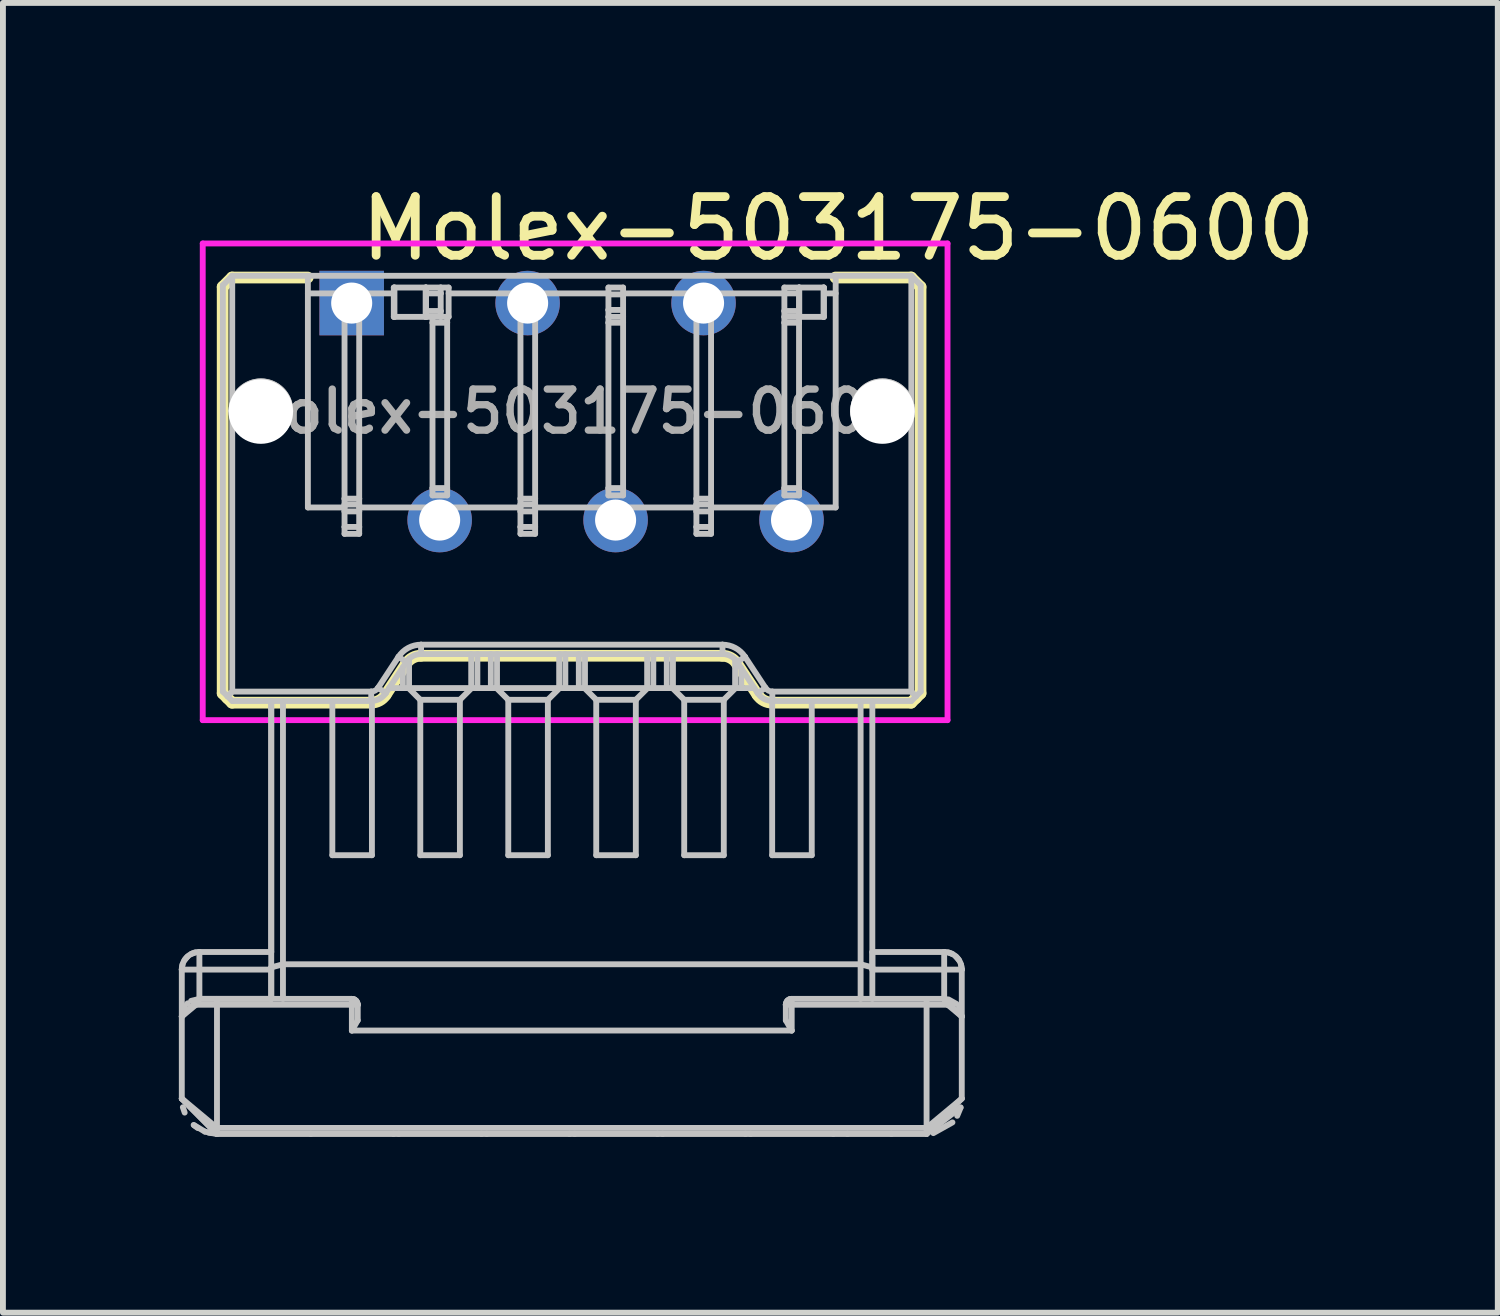
<source format=kicad_pcb>
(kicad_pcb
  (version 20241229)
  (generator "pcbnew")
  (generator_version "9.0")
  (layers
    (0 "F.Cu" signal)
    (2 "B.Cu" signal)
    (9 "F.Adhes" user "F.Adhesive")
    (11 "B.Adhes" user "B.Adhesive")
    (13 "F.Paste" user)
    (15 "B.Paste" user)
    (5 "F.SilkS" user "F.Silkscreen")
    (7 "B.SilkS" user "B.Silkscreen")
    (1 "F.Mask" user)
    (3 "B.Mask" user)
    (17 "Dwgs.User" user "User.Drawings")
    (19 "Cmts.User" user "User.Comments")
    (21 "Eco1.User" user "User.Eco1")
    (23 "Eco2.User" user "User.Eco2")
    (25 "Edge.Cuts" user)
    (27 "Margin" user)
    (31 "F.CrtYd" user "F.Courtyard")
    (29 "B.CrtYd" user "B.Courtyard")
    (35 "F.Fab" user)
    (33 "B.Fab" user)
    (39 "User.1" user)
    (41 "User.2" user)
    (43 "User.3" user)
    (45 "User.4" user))
  (footprint "Molex-503175-0600"
    (layer "F.Cu")
    (at 6.697 3.968)
    (property "Reference" "Molex-503175-0600" (at 4.548 -3.12 0) (layer "F.SilkS") (effects (font (size 1 1) (thickness 0.15))))
    (attr through_hole)
    (fp_line (start -5.95 -2.126) (end -5.95 4.804) (stroke (width 0.2) (type solid)) (layer "F.SilkS"))
    (fp_line (start -5.95 4.804) (end -5.87 4.884) (stroke (width 0.2) (type solid)) (layer "F.SilkS"))
    (fp_line (start -5.87 4.884) (end -5.79 4.964) (stroke (width 0.2) (type solid)) (layer "F.SilkS"))
    (fp_line (start -5.79 -2.286) (end -5.95 -2.126) (stroke (width 0.2) (type solid)) (layer "F.SilkS"))
    (fp_line (start -5.79 -2.286) (end -4.5 -2.286) (stroke (width 0.2) (type solid)) (layer "F.SilkS"))
    (fp_line (start -5.79 4.964) (end -3.42 4.964) (stroke (width 0.2) (type solid)) (layer "F.SilkS"))
    (fp_line (start -3.17 4.829) (end -2.821 4.299) (stroke (width 0.2) (type solid)) (layer "F.SilkS"))
    (fp_line (start -2.57 4.164) (end 2.57 4.164) (stroke (width 0.2) (type solid)) (layer "F.SilkS"))
    (fp_line (start -1.15 4.164) (end -1.15 4.164) (stroke (width 0.1) (type solid)) (layer "F.SilkS"))
    (fp_line (start 1.15 4.164) (end 1.15 4.164) (stroke (width 0.1) (type solid)) (layer "F.SilkS"))
    (fp_line (start 2.82 4.299) (end 3.169 4.829) (stroke (width 0.2) (type solid)) (layer "F.SilkS"))
    (fp_line (start 3.42 4.964) (end 5.79 4.964) (stroke (width 0.2) (type solid)) (layer "F.SilkS"))
    (fp_line (start 4.5 -2.286) (end 5.79 -2.286) (stroke (width 0.2) (type solid)) (layer "F.SilkS"))
    (fp_line (start 5.79 -2.286) (end 5.95 -2.126) (stroke (width 0.2) (type solid)) (layer "F.SilkS"))
    (fp_line (start 5.87 4.884) (end 5.79 4.964) (stroke (width 0.2) (type solid)) (layer "F.SilkS"))
    (fp_line (start 5.87 4.884) (end 5.95 4.804) (stroke (width 0.2) (type solid)) (layer "F.SilkS"))
    (fp_line (start 5.95 4.804) (end 5.95 -2.126) (stroke (width 0.2) (type solid)) (layer "F.SilkS"))
    (fp_arc (start -3.169832 4.828567) (mid -3.277986 4.927647) (end -3.420186 4.96361) (stroke (width 0.2) (type solid)) (layer "F.SilkS"))
    (fp_arc (start -2.820988 4.298653) (mid -2.712834 4.199573) (end -2.570634 4.16361) (stroke (width 0.2) (type solid)) (layer "F.SilkS"))
    (fp_arc (start 2.56959 4.16361) (mid 2.711816 4.199467) (end 2.820044 4.298466) (stroke (width 0.2) (type solid)) (layer "F.SilkS"))
    (fp_arc (start 3.41959 4.96361) (mid 3.277364 4.927753) (end 3.169136 4.828754) (stroke (width 0.2) (type solid)) (layer "F.SilkS"))
    (fp_line (start -6.647 10.315) (end -6.647 9.515) (stroke (width 0.1) (type solid)) (layer "Dwgs.User"))
    (fp_line (start -6.647 10.315) (end -6.647 11.715) (stroke (width 0.1) (type solid)) (layer "Dwgs.User"))
    (fp_line (start -6.647 10.315) (end -6.601 10.154) (stroke (width 0.1) (type solid)) (layer "Dwgs.User"))
    (fp_line (start -6.647 10.315) (end -6.347 10.015) (stroke (width 0.1) (type solid)) (layer "Dwgs.User"))
    (fp_line (start -6.647 11.715) (end -6.047 12.215) (stroke (width 0.1) (type solid)) (layer "Dwgs.User"))
    (fp_line (start -6.647 11.715) (end -6.647 11.715) (stroke (width 0.1) (type solid)) (layer "Dwgs.User"))
    (fp_line (start -6.647 11.716) (end -6.053 12.315) (stroke (width 0.1) (type solid)) (layer "Dwgs.User"))
    (fp_line (start -6.635 9.43) (end -6.647 9.515) (stroke (width 0.1) (type solid)) (layer "Dwgs.User"))
    (fp_line (start -6.629 11.863) (end -6.598 11.954) (stroke (width 0.1) (type solid)) (layer "Dwgs.User"))
    (fp_line (start -6.56 10.103) (end -6.547 10.09) (stroke (width 0.1) (type solid)) (layer "Dwgs.User"))
    (fp_line (start -6.548 9.292) (end -6.6 9.353) (stroke (width 0.1) (type solid)) (layer "Dwgs.User"))
    (fp_line (start -6.488 10.049) (end -6.347 10.015) (stroke (width 0.1) (type solid)) (layer "Dwgs.User"))
    (fp_line (start -6.445 12.164) (end -6.254 12.278) (stroke (width 0.1) (type solid)) (layer "Dwgs.User"))
    (fp_line (start -6.436 12.172) (end -6.375 12.217) (stroke (width 0.1) (type solid)) (layer "Dwgs.User"))
    (fp_line (start -6.417 9.223) (end -6.485 9.248) (stroke (width 0.1) (type solid)) (layer "Dwgs.User"))
    (fp_line (start -6.407 10.115) (end -6.647 10.315) (stroke (width 0.1) (type solid)) (layer "Dwgs.User"))
    (fp_line (start -6.347 9.215) (end -6.347 9.515) (stroke (width 0.1) (type solid)) (layer "Dwgs.User"))
    (fp_line (start -6.347 9.515) (end -6.647 9.515) (stroke (width 0.1) (type solid)) (layer "Dwgs.User"))
    (fp_line (start -6.347 10.015) (end -6.407 10.115) (stroke (width 0.1) (type solid)) (layer "Dwgs.User"))
    (fp_line (start -6.347 10.015) (end -6.347 9.515) (stroke (width 0.1) (type solid)) (layer "Dwgs.User"))
    (fp_line (start -6.347 10.015) (end -6.047 10.015) (stroke (width 0.1) (type solid)) (layer "Dwgs.User"))
    (fp_line (start -6.251 12.279) (end -6.048 12.315) (stroke (width 0.1) (type solid)) (layer "Dwgs.User"))
    (fp_line (start -6.187 12.298) (end -6.047 12.315) (stroke (width 0.1) (type solid)) (layer "Dwgs.User"))
    (fp_line (start -6.047 10.015) (end -6.047 10.115) (stroke (width 0.1) (type solid)) (layer "Dwgs.User"))
    (fp_line (start -6.047 10.115) (end -6.407 10.115) (stroke (width 0.1) (type solid)) (layer "Dwgs.User"))
    (fp_line (start -6.047 10.115) (end -6.047 12.215) (stroke (width 0.1) (type solid)) (layer "Dwgs.User"))
    (fp_line (start -6.047 12.215) (end -6.047 12.315) (stroke (width 0.1) (type solid)) (layer "Dwgs.User"))
    (fp_line (start -6.047 12.315) (end -6.647 11.715) (stroke (width 0.1) (type solid)) (layer "Dwgs.User"))
    (fp_line (start -5.947 4.775) (end -5.947 -2.155) (stroke (width 0.1) (type solid)) (layer "Dwgs.User"))
    (fp_line (start -5.867 4.855) (end -5.947 4.775) (stroke (width 0.1) (type solid)) (layer "Dwgs.User"))
    (fp_line (start -5.867 4.855) (end -5.787 4.935) (stroke (width 0.1) (type solid)) (layer "Dwgs.User"))
    (fp_line (start -5.797 -0.015) (end -5.787 -0.115) (stroke (width 0.1) (type solid)) (layer "Dwgs.User"))
    (fp_line (start -5.787 -2.315) (end -5.947 -2.155) (stroke (width 0.1) (type solid)) (layer "Dwgs.User"))
    (fp_line (start -5.787 -0.115) (end -5.787 -2.315) (stroke (width 0.1) (type solid)) (layer "Dwgs.User"))
    (fp_line (start -5.787 0.084) (end -5.797 -0.015) (stroke (width 0.1) (type solid)) (layer "Dwgs.User"))
    (fp_line (start -5.787 4.775) (end -5.867 4.855) (stroke (width 0.1) (type solid)) (layer "Dwgs.User"))
    (fp_line (start -5.787 4.775) (end -5.787 0.084) (stroke (width 0.1) (type solid)) (layer "Dwgs.User"))
    (fp_line (start -5.647 -0.015) (end -5.797 -0.015) (stroke (width 0.1) (type solid)) (layer "Dwgs.User"))
    (fp_line (start -5.122 5.065) (end -5.122 4.935) (stroke (width 0.1) (type solid)) (layer "Dwgs.User"))
    (fp_line (start -5.122 5.065) (end -5.122 9.215) (stroke (width 0.1) (type solid)) (layer "Dwgs.User"))
    (fp_line (start -5.122 9.215) (end -6.347 9.215) (stroke (width 0.1) (type solid)) (layer "Dwgs.User"))
    (fp_line (start -5.122 9.478) (end -5.122 4.935) (stroke (width 0.1) (type solid)) (layer "Dwgs.User"))
    (fp_line (start -5.122 9.515) (end -6.347 9.515) (stroke (width 0.1) (type solid)) (layer "Dwgs.User"))
    (fp_line (start -5.122 10.015) (end -6.347 10.015) (stroke (width 0.1) (type solid)) (layer "Dwgs.User"))
    (fp_line (start -5.122 10.015) (end -5.122 9.478) (stroke (width 0.1) (type solid)) (layer "Dwgs.User"))
    (fp_line (start -5.122 10.015) (end -5.122 9.515) (stroke (width 0.1) (type solid)) (layer "Dwgs.User"))
    (fp_line (start -4.947 -0.015) (end -4.797 -0.015) (stroke (width 0.1) (type solid)) (layer "Dwgs.User"))
    (fp_line (start -4.922 9.425) (end -5.122 9.478) (stroke (width 0.1) (type solid)) (layer "Dwgs.User"))
    (fp_line (start -4.922 9.425) (end -4.922 4.935) (stroke (width 0.1) (type solid)) (layer "Dwgs.User"))
    (fp_line (start -4.922 9.425) (end 4.928 9.425) (stroke (width 0.1) (type solid)) (layer "Dwgs.User"))
    (fp_line (start -4.922 10.015) (end -4.922 9.425) (stroke (width 0.1) (type solid)) (layer "Dwgs.User"))
    (fp_line (start -4.497 -2.315) (end -5.787 -2.315) (stroke (width 0.1) (type solid)) (layer "Dwgs.User"))
    (fp_line (start -4.497 -2.015) (end -3.872 -2.015) (stroke (width 0.1) (type solid)) (layer "Dwgs.User"))
    (fp_line (start -4.497 1.635) (end -4.497 -2.315) (stroke (width 0.1) (type solid)) (layer "Dwgs.User"))
    (fp_line (start -4.497 1.635) (end -3.872 1.635) (stroke (width 0.1) (type solid)) (layer "Dwgs.User"))
    (fp_line (start -4.447 12.315) (end -6.047 12.315) (stroke (width 0.1) (type solid)) (layer "Dwgs.User"))
    (fp_line (start -4.447 12.315) (end -4.447 12.315) (stroke (width 0.1) (type solid)) (layer "Dwgs.User"))
    (fp_line (start -4.08 4.935) (end -4.08 7.565) (stroke (width 0.1) (type solid)) (layer "Dwgs.User"))
    (fp_line (start -4.08 7.565) (end -3.405 7.565) (stroke (width 0.1) (type solid)) (layer "Dwgs.User"))
    (fp_line (start -3.872 -2.015) (end -3.872 -2.115) (stroke (width 0.1) (type solid)) (layer "Dwgs.User"))
    (fp_line (start -3.872 1.485) (end -3.872 -2.015) (stroke (width 0.1) (type solid)) (layer "Dwgs.User"))
    (fp_line (start -3.872 1.585) (end -3.872 1.485) (stroke (width 0.1) (type solid)) (layer "Dwgs.User"))
    (fp_line (start -3.872 1.702) (end -3.872 1.585) (stroke (width 0.1) (type solid)) (layer "Dwgs.User"))
    (fp_line (start -3.872 1.967) (end -3.872 1.702) (stroke (width 0.1) (type solid)) (layer "Dwgs.User"))
    (fp_line (start -3.872 2.085) (end -3.872 1.967) (stroke (width 0.1) (type solid)) (layer "Dwgs.User"))
    (fp_line (start -3.747 10.015) (end -6.047 10.015) (stroke (width 0.1) (type solid)) (layer "Dwgs.User"))
    (fp_line (start -3.747 10.015) (end -3.705 10.024) (stroke (width 0.1) (type solid)) (layer "Dwgs.User"))
    (fp_line (start -3.747 10.115) (end -6.047 10.115) (stroke (width 0.1) (type solid)) (layer "Dwgs.User"))
    (fp_line (start -3.747 10.115) (end -3.747 10.015) (stroke (width 0.1) (type solid)) (layer "Dwgs.User"))
    (fp_line (start -3.747 10.555) (end -3.747 10.115) (stroke (width 0.1) (type solid)) (layer "Dwgs.User"))
    (fp_line (start -3.675 10.046) (end -3.647 10.115) (stroke (width 0.1) (type solid)) (layer "Dwgs.User"))
    (fp_line (start -3.647 10.115) (end -3.747 10.115) (stroke (width 0.1) (type solid)) (layer "Dwgs.User"))
    (fp_line (start -3.647 10.381) (end -3.747 10.555) (stroke (width 0.1) (type solid)) (layer "Dwgs.User"))
    (fp_line (start -3.647 10.381) (end -3.647 10.115) (stroke (width 0.1) (type solid)) (layer "Dwgs.User"))
    (fp_line (start -3.622 -2.115) (end -3.872 -2.115) (stroke (width 0.1) (type solid)) (layer "Dwgs.User"))
    (fp_line (start -3.622 -2.015) (end -3.872 -2.015) (stroke (width 0.1) (type solid)) (layer "Dwgs.User"))
    (fp_line (start -3.622 -2.015) (end -3.622 -2.115) (stroke (width 0.1) (type solid)) (layer "Dwgs.User"))
    (fp_line (start -3.622 -2.015) (end -3.032 -2.015) (stroke (width 0.1) (type solid)) (layer "Dwgs.User"))
    (fp_line (start -3.622 1.485) (end -3.872 1.485) (stroke (width 0.1) (type solid)) (layer "Dwgs.User"))
    (fp_line (start -3.622 1.485) (end -3.622 -2.015) (stroke (width 0.1) (type solid)) (layer "Dwgs.User"))
    (fp_line (start -3.622 1.585) (end -3.872 1.585) (stroke (width 0.1) (type solid)) (layer "Dwgs.User"))
    (fp_line (start -3.622 1.585) (end -3.622 1.485) (stroke (width 0.1) (type solid)) (layer "Dwgs.User"))
    (fp_line (start -3.622 1.635) (end -0.872 1.635) (stroke (width 0.1) (type solid)) (layer "Dwgs.User"))
    (fp_line (start -3.622 1.702) (end -3.872 1.702) (stroke (width 0.1) (type solid)) (layer "Dwgs.User"))
    (fp_line (start -3.622 1.702) (end -3.622 1.585) (stroke (width 0.1) (type solid)) (layer "Dwgs.User"))
    (fp_line (start -3.622 1.967) (end -3.872 1.967) (stroke (width 0.1) (type solid)) (layer "Dwgs.User"))
    (fp_line (start -3.622 1.967) (end -3.622 1.702) (stroke (width 0.1) (type solid)) (layer "Dwgs.User"))
    (fp_line (start -3.622 2.085) (end -3.872 2.085) (stroke (width 0.1) (type solid)) (layer "Dwgs.User"))
    (fp_line (start -3.622 2.085) (end -3.622 1.967) (stroke (width 0.1) (type solid)) (layer "Dwgs.User"))
    (fp_line (start -3.417 4.775) (end -5.787 4.775) (stroke (width 0.1) (type solid)) (layer "Dwgs.User"))
    (fp_line (start -3.417 4.935) (end -5.787 4.935) (stroke (width 0.1) (type solid)) (layer "Dwgs.User"))
    (fp_line (start -3.417 4.935) (end -3.417 4.775) (stroke (width 0.1) (type solid)) (layer "Dwgs.User"))
    (fp_line (start -3.405 4.934) (end -3.405 7.565) (stroke (width 0.1) (type solid)) (layer "Dwgs.User"))
    (fp_line (start -3.167 4.8) (end -3.301 4.712) (stroke (width 0.1) (type solid)) (layer "Dwgs.User"))
    (fp_line (start -3.111 4.715) (end -2.78 4.715) (stroke (width 0.1) (type solid)) (layer "Dwgs.User"))
    (fp_line (start -3.107 4.715) (end -3.107 4.709) (stroke (width 0.1) (type solid)) (layer "Dwgs.User"))
    (fp_line (start -3.037 12.315) (end -4.447 12.315) (stroke (width 0.1) (type solid)) (layer "Dwgs.User"))
    (fp_line (start -3.037 12.315) (end -3.037 12.315) (stroke (width 0.1) (type solid)) (layer "Dwgs.User"))
    (fp_line (start -3.037 12.315) (end -2.947 12.315) (stroke (width 0.1) (type solid)) (layer "Dwgs.User"))
    (fp_line (start -3.032 -2.115) (end -3.032 -1.615) (stroke (width 0.1) (type solid)) (layer "Dwgs.User"))
    (fp_line (start -3.032 -2.115) (end -3.021 -2.115) (stroke (width 0.1) (type solid)) (layer "Dwgs.User"))
    (fp_line (start -3.021 -2.115) (end -2.489 -2.115) (stroke (width 0.1) (type solid)) (layer "Dwgs.User"))
    (fp_line (start -3.021 -1.615) (end -3.032 -1.615) (stroke (width 0.1) (type solid)) (layer "Dwgs.User"))
    (fp_line (start -3.021 -1.615) (end -3.021 -2.115) (stroke (width 0.1) (type solid)) (layer "Dwgs.User"))
    (fp_line (start -2.952 4.182) (end -3.301 4.712) (stroke (width 0.1) (type solid)) (layer "Dwgs.User"))
    (fp_line (start -2.947 12.315) (end -2.947 12.315) (stroke (width 0.1) (type solid)) (layer "Dwgs.User"))
    (fp_line (start -2.877 4.715) (end -2.877 4.36) (stroke (width 0.1) (type solid)) (layer "Dwgs.User"))
    (fp_line (start -2.818 4.27) (end -2.952 4.182) (stroke (width 0.1) (type solid)) (layer "Dwgs.User"))
    (fp_line (start -2.818 4.27) (end -3.167 4.8) (stroke (width 0.1) (type solid)) (layer "Dwgs.User"))
    (fp_line (start -2.78 4.715) (end -1.705 4.715) (stroke (width 0.1) (type solid)) (layer "Dwgs.User"))
    (fp_line (start -2.772 4.216) (end -2.772 4.715) (stroke (width 0.1) (type solid)) (layer "Dwgs.User"))
    (fp_line (start -2.58 4.915) (end -2.78 4.715) (stroke (width 0.1) (type solid)) (layer "Dwgs.User"))
    (fp_line (start -2.58 4.915) (end -2.58 7.565) (stroke (width 0.1) (type solid)) (layer "Dwgs.User"))
    (fp_line (start -2.58 4.915) (end -1.905 4.915) (stroke (width 0.1) (type solid)) (layer "Dwgs.User"))
    (fp_line (start -2.58 7.565) (end -1.905 7.565) (stroke (width 0.1) (type solid)) (layer "Dwgs.User"))
    (fp_line (start -2.567 4.135) (end -2.567 3.975) (stroke (width 0.1) (type solid)) (layer "Dwgs.User"))
    (fp_line (start -2.489 -2.115) (end -2.482 -2.115) (stroke (width 0.1) (type solid)) (layer "Dwgs.User"))
    (fp_line (start -2.489 -1.615) (end -3.021 -1.615) (stroke (width 0.1) (type solid)) (layer "Dwgs.User"))
    (fp_line (start -2.489 -1.615) (end -2.489 -2.115) (stroke (width 0.1) (type solid)) (layer "Dwgs.User"))
    (fp_line (start -2.482 -2.115) (end -2.232 -2.115) (stroke (width 0.1) (type solid)) (layer "Dwgs.User"))
    (fp_line (start -2.482 -2.015) (end -2.482 -2.115) (stroke (width 0.1) (type solid)) (layer "Dwgs.User"))
    (fp_line (start -2.482 -2.015) (end -2.232 -2.015) (stroke (width 0.1) (type solid)) (layer "Dwgs.User"))
    (fp_line (start -2.482 -1.715) (end -2.482 -2.015) (stroke (width 0.1) (type solid)) (layer "Dwgs.User"))
    (fp_line (start -2.482 -1.615) (end -2.489 -1.615) (stroke (width 0.1) (type solid)) (layer "Dwgs.User"))
    (fp_line (start -2.482 -1.615) (end -2.482 -1.715) (stroke (width 0.1) (type solid)) (layer "Dwgs.User"))
    (fp_line (start -2.372 -1.515) (end -2.372 -1.615) (stroke (width 0.1) (type solid)) (layer "Dwgs.User"))
    (fp_line (start -2.372 1.305) (end -2.372 -1.515) (stroke (width 0.1) (type solid)) (layer "Dwgs.User"))
    (fp_line (start -2.372 1.429) (end -2.372 1.305) (stroke (width 0.1) (type solid)) (layer "Dwgs.User"))
    (fp_line (start -2.232 -2.115) (end -2.232 -2.015) (stroke (width 0.1) (type solid)) (layer "Dwgs.User"))
    (fp_line (start -2.232 -2.115) (end -2.097 -2.115) (stroke (width 0.1) (type solid)) (layer "Dwgs.User"))
    (fp_line (start -2.232 -1.715) (end -2.482 -1.715) (stroke (width 0.1) (type solid)) (layer "Dwgs.User"))
    (fp_line (start -2.232 -1.715) (end -2.232 -2.015) (stroke (width 0.1) (type solid)) (layer "Dwgs.User"))
    (fp_line (start -2.232 -1.715) (end -2.232 -1.615) (stroke (width 0.1) (type solid)) (layer "Dwgs.User"))
    (fp_line (start -2.232 -1.615) (end -2.482 -1.615) (stroke (width 0.1) (type solid)) (layer "Dwgs.User"))
    (fp_line (start -2.122 -1.515) (end -2.372 -1.515) (stroke (width 0.1) (type solid)) (layer "Dwgs.User"))
    (fp_line (start -2.122 -1.515) (end -2.122 -1.615) (stroke (width 0.1) (type solid)) (layer "Dwgs.User"))
    (fp_line (start -2.122 1.305) (end -2.372 1.305) (stroke (width 0.1) (type solid)) (layer "Dwgs.User"))
    (fp_line (start -2.122 1.305) (end -2.122 -1.515) (stroke (width 0.1) (type solid)) (layer "Dwgs.User"))
    (fp_line (start -2.122 1.429) (end -2.372 1.429) (stroke (width 0.1) (type solid)) (layer "Dwgs.User"))
    (fp_line (start -2.122 1.429) (end -2.122 1.305) (stroke (width 0.1) (type solid)) (layer "Dwgs.User"))
    (fp_line (start -2.097 -2.115) (end -2.097 -1.615) (stroke (width 0.1) (type solid)) (layer "Dwgs.User"))
    (fp_line (start -2.097 -2.015) (end -0.872 -2.015) (stroke (width 0.1) (type solid)) (layer "Dwgs.User"))
    (fp_line (start -2.097 -1.615) (end -2.232 -1.615) (stroke (width 0.1) (type solid)) (layer "Dwgs.User"))
    (fp_line (start -1.905 4.915) (end -1.905 7.565) (stroke (width 0.1) (type solid)) (layer "Dwgs.User"))
    (fp_line (start -1.712 4.135) (end -1.712 4.715) (stroke (width 0.1) (type solid)) (layer "Dwgs.User"))
    (fp_line (start -1.705 4.715) (end -1.905 4.915) (stroke (width 0.1) (type solid)) (layer "Dwgs.User"))
    (fp_line (start -1.705 4.715) (end -1.28 4.715) (stroke (width 0.1) (type solid)) (layer "Dwgs.User"))
    (fp_line (start -1.607 4.715) (end -1.607 4.135) (stroke (width 0.1) (type solid)) (layer "Dwgs.User"))
    (fp_line (start -1.537 12.315) (end -2.947 12.315) (stroke (width 0.1) (type solid)) (layer "Dwgs.User"))
    (fp_line (start -1.537 12.315) (end -1.537 12.315) (stroke (width 0.1) (type solid)) (layer "Dwgs.User"))
    (fp_line (start -1.537 12.315) (end -1.447 12.315) (stroke (width 0.1) (type solid)) (layer "Dwgs.User"))
    (fp_line (start -1.447 12.315) (end -1.447 12.315) (stroke (width 0.1) (type solid)) (layer "Dwgs.User"))
    (fp_line (start -1.377 4.715) (end -1.377 4.135) (stroke (width 0.1) (type solid)) (layer "Dwgs.User"))
    (fp_line (start -1.28 4.715) (end -0.205 4.715) (stroke (width 0.1) (type solid)) (layer "Dwgs.User"))
    (fp_line (start -1.272 4.135) (end -1.272 4.715) (stroke (width 0.1) (type solid)) (layer "Dwgs.User"))
    (fp_line (start -1.08 4.915) (end -1.28 4.715) (stroke (width 0.1) (type solid)) (layer "Dwgs.User"))
    (fp_line (start -1.08 4.915) (end -1.08 7.565) (stroke (width 0.1) (type solid)) (layer "Dwgs.User"))
    (fp_line (start -1.08 4.915) (end -0.405 4.915) (stroke (width 0.1) (type solid)) (layer "Dwgs.User"))
    (fp_line (start -1.08 7.565) (end -0.405 7.565) (stroke (width 0.1) (type solid)) (layer "Dwgs.User"))
    (fp_line (start -0.872 -2.015) (end -0.872 -2.115) (stroke (width 0.1) (type solid)) (layer "Dwgs.User"))
    (fp_line (start -0.872 1.485) (end -0.872 -2.015) (stroke (width 0.1) (type solid)) (layer "Dwgs.User"))
    (fp_line (start -0.872 1.585) (end -0.872 1.485) (stroke (width 0.1) (type solid)) (layer "Dwgs.User"))
    (fp_line (start -0.872 1.702) (end -0.872 1.585) (stroke (width 0.1) (type solid)) (layer "Dwgs.User"))
    (fp_line (start -0.872 1.967) (end -0.872 1.702) (stroke (width 0.1) (type solid)) (layer "Dwgs.User"))
    (fp_line (start -0.872 2.085) (end -0.872 1.967) (stroke (width 0.1) (type solid)) (layer "Dwgs.User"))
    (fp_line (start -0.622 -2.115) (end -0.872 -2.115) (stroke (width 0.1) (type solid)) (layer "Dwgs.User"))
    (fp_line (start -0.622 -2.015) (end -0.872 -2.015) (stroke (width 0.1) (type solid)) (layer "Dwgs.User"))
    (fp_line (start -0.622 -2.015) (end -0.622 -2.115) (stroke (width 0.1) (type solid)) (layer "Dwgs.User"))
    (fp_line (start -0.622 -2.015) (end 0.628 -2.015) (stroke (width 0.1) (type solid)) (layer "Dwgs.User"))
    (fp_line (start -0.622 1.485) (end -0.872 1.485) (stroke (width 0.1) (type solid)) (layer "Dwgs.User"))
    (fp_line (start -0.622 1.485) (end -0.622 -2.015) (stroke (width 0.1) (type solid)) (layer "Dwgs.User"))
    (fp_line (start -0.622 1.585) (end -0.872 1.585) (stroke (width 0.1) (type solid)) (layer "Dwgs.User"))
    (fp_line (start -0.622 1.585) (end -0.622 1.485) (stroke (width 0.1) (type solid)) (layer "Dwgs.User"))
    (fp_line (start -0.622 1.635) (end 2.128 1.635) (stroke (width 0.1) (type solid)) (layer "Dwgs.User"))
    (fp_line (start -0.622 1.702) (end -0.872 1.702) (stroke (width 0.1) (type solid)) (layer "Dwgs.User"))
    (fp_line (start -0.622 1.702) (end -0.622 1.585) (stroke (width 0.1) (type solid)) (layer "Dwgs.User"))
    (fp_line (start -0.622 1.967) (end -0.872 1.967) (stroke (width 0.1) (type solid)) (layer "Dwgs.User"))
    (fp_line (start -0.622 1.967) (end -0.622 1.702) (stroke (width 0.1) (type solid)) (layer "Dwgs.User"))
    (fp_line (start -0.622 2.085) (end -0.872 2.085) (stroke (width 0.1) (type solid)) (layer "Dwgs.User"))
    (fp_line (start -0.622 2.085) (end -0.622 1.967) (stroke (width 0.1) (type solid)) (layer "Dwgs.User"))
    (fp_line (start -0.405 4.915) (end -0.405 7.565) (stroke (width 0.1) (type solid)) (layer "Dwgs.User"))
    (fp_line (start -0.212 4.135) (end -0.212 4.715) (stroke (width 0.1) (type solid)) (layer "Dwgs.User"))
    (fp_line (start -0.205 4.715) (end -0.405 4.915) (stroke (width 0.1) (type solid)) (layer "Dwgs.User"))
    (fp_line (start -0.205 4.715) (end 0.22 4.715) (stroke (width 0.1) (type solid)) (layer "Dwgs.User"))
    (fp_line (start -0.107 4.715) (end -0.107 4.135) (stroke (width 0.1) (type solid)) (layer "Dwgs.User"))
    (fp_line (start -0.037 12.315) (end -1.447 12.315) (stroke (width 0.1) (type solid)) (layer "Dwgs.User"))
    (fp_line (start -0.037 12.315) (end -0.037 12.315) (stroke (width 0.1) (type solid)) (layer "Dwgs.User"))
    (fp_line (start -0.037 12.315) (end 0.053 12.315) (stroke (width 0.1) (type solid)) (layer "Dwgs.User"))
    (fp_line (start 0.053 12.315) (end 0.053 12.315) (stroke (width 0.1) (type solid)) (layer "Dwgs.User"))
    (fp_line (start 0.123 4.715) (end 0.123 4.135) (stroke (width 0.1) (type solid)) (layer "Dwgs.User"))
    (fp_line (start 0.22 4.715) (end 1.295 4.715) (stroke (width 0.1) (type solid)) (layer "Dwgs.User"))
    (fp_line (start 0.228 4.135) (end 0.228 4.715) (stroke (width 0.1) (type solid)) (layer "Dwgs.User"))
    (fp_line (start 0.42 4.915) (end 0.22 4.715) (stroke (width 0.1) (type solid)) (layer "Dwgs.User"))
    (fp_line (start 0.42 4.915) (end 0.42 7.565) (stroke (width 0.1) (type solid)) (layer "Dwgs.User"))
    (fp_line (start 0.42 4.915) (end 1.095 4.915) (stroke (width 0.1) (type solid)) (layer "Dwgs.User"))
    (fp_line (start 0.42 7.565) (end 1.095 7.565) (stroke (width 0.1) (type solid)) (layer "Dwgs.User"))
    (fp_line (start 0.628 -1.998) (end 0.628 -2.115) (stroke (width 0.1) (type solid)) (layer "Dwgs.User"))
    (fp_line (start 0.628 -1.733) (end 0.628 -1.998) (stroke (width 0.1) (type solid)) (layer "Dwgs.User"))
    (fp_line (start 0.628 -1.615) (end 0.628 -1.733) (stroke (width 0.1) (type solid)) (layer "Dwgs.User"))
    (fp_line (start 0.628 -1.515) (end 0.628 -1.615) (stroke (width 0.1) (type solid)) (layer "Dwgs.User"))
    (fp_line (start 0.628 1.305) (end 0.628 -1.515) (stroke (width 0.1) (type solid)) (layer "Dwgs.User"))
    (fp_line (start 0.628 1.429) (end 0.628 1.305) (stroke (width 0.1) (type solid)) (layer "Dwgs.User"))
    (fp_line (start 0.878 -2.115) (end 0.628 -2.115) (stroke (width 0.1) (type solid)) (layer "Dwgs.User"))
    (fp_line (start 0.878 -2.015) (end 2.128 -2.015) (stroke (width 0.1) (type solid)) (layer "Dwgs.User"))
    (fp_line (start 0.878 -1.998) (end 0.628 -1.998) (stroke (width 0.1) (type solid)) (layer "Dwgs.User"))
    (fp_line (start 0.878 -1.998) (end 0.878 -2.115) (stroke (width 0.1) (type solid)) (layer "Dwgs.User"))
    (fp_line (start 0.878 -1.733) (end 0.628 -1.733) (stroke (width 0.1) (type solid)) (layer "Dwgs.User"))
    (fp_line (start 0.878 -1.733) (end 0.878 -1.998) (stroke (width 0.1) (type solid)) (layer "Dwgs.User"))
    (fp_line (start 0.878 -1.615) (end 0.628 -1.615) (stroke (width 0.1) (type solid)) (layer "Dwgs.User"))
    (fp_line (start 0.878 -1.615) (end 0.878 -1.733) (stroke (width 0.1) (type solid)) (layer "Dwgs.User"))
    (fp_line (start 0.878 -1.515) (end 0.628 -1.515) (stroke (width 0.1) (type solid)) (layer "Dwgs.User"))
    (fp_line (start 0.878 -1.515) (end 0.878 -1.615) (stroke (width 0.1) (type solid)) (layer "Dwgs.User"))
    (fp_line (start 0.878 1.305) (end 0.628 1.305) (stroke (width 0.1) (type solid)) (layer "Dwgs.User"))
    (fp_line (start 0.878 1.305) (end 0.878 -1.515) (stroke (width 0.1) (type solid)) (layer "Dwgs.User"))
    (fp_line (start 0.878 1.429) (end 0.628 1.429) (stroke (width 0.1) (type solid)) (layer "Dwgs.User"))
    (fp_line (start 0.878 1.429) (end 0.878 1.305) (stroke (width 0.1) (type solid)) (layer "Dwgs.User"))
    (fp_line (start 1.095 4.915) (end 1.095 7.565) (stroke (width 0.1) (type solid)) (layer "Dwgs.User"))
    (fp_line (start 1.288 4.135) (end 1.288 4.715) (stroke (width 0.1) (type solid)) (layer "Dwgs.User"))
    (fp_line (start 1.295 4.715) (end 1.095 4.915) (stroke (width 0.1) (type solid)) (layer "Dwgs.User"))
    (fp_line (start 1.295 4.715) (end 1.72 4.715) (stroke (width 0.1) (type solid)) (layer "Dwgs.User"))
    (fp_line (start 1.393 4.715) (end 1.393 4.135) (stroke (width 0.1) (type solid)) (layer "Dwgs.User"))
    (fp_line (start 1.463 12.315) (end 0.053 12.315) (stroke (width 0.1) (type solid)) (layer "Dwgs.User"))
    (fp_line (start 1.463 12.315) (end 1.463 12.315) (stroke (width 0.1) (type solid)) (layer "Dwgs.User"))
    (fp_line (start 1.463 12.315) (end 1.553 12.315) (stroke (width 0.1) (type solid)) (layer "Dwgs.User"))
    (fp_line (start 1.553 12.315) (end 1.553 12.315) (stroke (width 0.1) (type solid)) (layer "Dwgs.User"))
    (fp_line (start 1.623 4.715) (end 1.623 4.135) (stroke (width 0.1) (type solid)) (layer "Dwgs.User"))
    (fp_line (start 1.72 4.715) (end 2.795 4.715) (stroke (width 0.1) (type solid)) (layer "Dwgs.User"))
    (fp_line (start 1.728 4.135) (end 1.728 4.715) (stroke (width 0.1) (type solid)) (layer "Dwgs.User"))
    (fp_line (start 1.92 4.915) (end 1.72 4.715) (stroke (width 0.1) (type solid)) (layer "Dwgs.User"))
    (fp_line (start 1.92 4.915) (end 1.92 7.565) (stroke (width 0.1) (type solid)) (layer "Dwgs.User"))
    (fp_line (start 1.92 4.915) (end 2.595 4.915) (stroke (width 0.1) (type solid)) (layer "Dwgs.User"))
    (fp_line (start 1.92 7.565) (end 2.595 7.565) (stroke (width 0.1) (type solid)) (layer "Dwgs.User"))
    (fp_line (start 2.128 -2.015) (end 2.128 -2.115) (stroke (width 0.1) (type solid)) (layer "Dwgs.User"))
    (fp_line (start 2.128 1.485) (end 2.128 -2.015) (stroke (width 0.1) (type solid)) (layer "Dwgs.User"))
    (fp_line (start 2.128 1.585) (end 2.128 1.485) (stroke (width 0.1) (type solid)) (layer "Dwgs.User"))
    (fp_line (start 2.128 1.702) (end 2.128 1.585) (stroke (width 0.1) (type solid)) (layer "Dwgs.User"))
    (fp_line (start 2.128 1.967) (end 2.128 1.702) (stroke (width 0.1) (type solid)) (layer "Dwgs.User"))
    (fp_line (start 2.128 2.085) (end 2.128 1.967) (stroke (width 0.1) (type solid)) (layer "Dwgs.User"))
    (fp_line (start 2.378 -2.115) (end 2.128 -2.115) (stroke (width 0.1) (type solid)) (layer "Dwgs.User"))
    (fp_line (start 2.378 -2.015) (end 2.128 -2.015) (stroke (width 0.1) (type solid)) (layer "Dwgs.User"))
    (fp_line (start 2.378 -2.015) (end 2.378 -2.115) (stroke (width 0.1) (type solid)) (layer "Dwgs.User"))
    (fp_line (start 2.378 -2.015) (end 3.628 -2.015) (stroke (width 0.1) (type solid)) (layer "Dwgs.User"))
    (fp_line (start 2.378 1.485) (end 2.128 1.485) (stroke (width 0.1) (type solid)) (layer "Dwgs.User"))
    (fp_line (start 2.378 1.485) (end 2.378 -2.015) (stroke (width 0.1) (type solid)) (layer "Dwgs.User"))
    (fp_line (start 2.378 1.585) (end 2.128 1.585) (stroke (width 0.1) (type solid)) (layer "Dwgs.User"))
    (fp_line (start 2.378 1.585) (end 2.378 1.485) (stroke (width 0.1) (type solid)) (layer "Dwgs.User"))
    (fp_line (start 2.378 1.635) (end 4.503 1.635) (stroke (width 0.1) (type solid)) (layer "Dwgs.User"))
    (fp_line (start 2.378 1.702) (end 2.128 1.702) (stroke (width 0.1) (type solid)) (layer "Dwgs.User"))
    (fp_line (start 2.378 1.702) (end 2.378 1.585) (stroke (width 0.1) (type solid)) (layer "Dwgs.User"))
    (fp_line (start 2.378 1.967) (end 2.128 1.967) (stroke (width 0.1) (type solid)) (layer "Dwgs.User"))
    (fp_line (start 2.378 1.967) (end 2.378 1.702) (stroke (width 0.1) (type solid)) (layer "Dwgs.User"))
    (fp_line (start 2.378 2.085) (end 2.128 2.085) (stroke (width 0.1) (type solid)) (layer "Dwgs.User"))
    (fp_line (start 2.378 2.085) (end 2.378 1.967) (stroke (width 0.1) (type solid)) (layer "Dwgs.User"))
    (fp_line (start 2.573 3.975) (end -2.567 3.975) (stroke (width 0.1) (type solid)) (layer "Dwgs.User"))
    (fp_line (start 2.573 4.135) (end 2.573 3.975) (stroke (width 0.1) (type solid)) (layer "Dwgs.User"))
    (fp_line (start 2.573 4.135) (end -2.567 4.135) (stroke (width 0.1) (type solid)) (layer "Dwgs.User"))
    (fp_line (start 2.595 4.915) (end 2.595 7.565) (stroke (width 0.1) (type solid)) (layer "Dwgs.User"))
    (fp_line (start 2.788 4.226) (end 2.788 4.715) (stroke (width 0.1) (type solid)) (layer "Dwgs.User"))
    (fp_line (start 2.795 4.715) (end 2.595 4.915) (stroke (width 0.1) (type solid)) (layer "Dwgs.User"))
    (fp_line (start 2.795 4.715) (end 3.116 4.715) (stroke (width 0.1) (type solid)) (layer "Dwgs.User"))
    (fp_line (start 2.823 4.27) (end 2.957 4.182) (stroke (width 0.1) (type solid)) (layer "Dwgs.User"))
    (fp_line (start 2.893 4.715) (end 2.893 4.375) (stroke (width 0.1) (type solid)) (layer "Dwgs.User"))
    (fp_line (start 2.963 12.315) (end 1.553 12.315) (stroke (width 0.1) (type solid)) (layer "Dwgs.User"))
    (fp_line (start 2.963 12.315) (end 2.963 12.315) (stroke (width 0.1) (type solid)) (layer "Dwgs.User"))
    (fp_line (start 2.963 12.315) (end 3.053 12.315) (stroke (width 0.1) (type solid)) (layer "Dwgs.User"))
    (fp_line (start 3.053 12.315) (end 3.053 12.315) (stroke (width 0.1) (type solid)) (layer "Dwgs.User"))
    (fp_line (start 3.172 4.8) (end 3.306 4.712) (stroke (width 0.1) (type solid)) (layer "Dwgs.User"))
    (fp_line (start 3.172 4.8) (end 2.823 4.27) (stroke (width 0.1) (type solid)) (layer "Dwgs.User"))
    (fp_line (start 3.306 4.712) (end 2.957 4.182) (stroke (width 0.1) (type solid)) (layer "Dwgs.User"))
    (fp_line (start 3.42 4.935) (end 3.42 7.565) (stroke (width 0.1) (type solid)) (layer "Dwgs.User"))
    (fp_line (start 3.42 7.565) (end 4.095 7.565) (stroke (width 0.1) (type solid)) (layer "Dwgs.User"))
    (fp_line (start 3.423 4.935) (end 3.423 4.775) (stroke (width 0.1) (type solid)) (layer "Dwgs.User"))
    (fp_line (start 3.628 -2.115) (end 3.878 -2.115) (stroke (width 0.1) (type solid)) (layer "Dwgs.User"))
    (fp_line (start 3.628 -2.015) (end 3.628 -2.115) (stroke (width 0.1) (type solid)) (layer "Dwgs.User"))
    (fp_line (start 3.628 -2.015) (end 3.878 -2.015) (stroke (width 0.1) (type solid)) (layer "Dwgs.User"))
    (fp_line (start 3.628 -1.715) (end 3.628 -2.015) (stroke (width 0.1) (type solid)) (layer "Dwgs.User"))
    (fp_line (start 3.628 -1.615) (end 3.628 -1.715) (stroke (width 0.1) (type solid)) (layer "Dwgs.User"))
    (fp_line (start 3.628 -1.515) (end 3.628 -1.615) (stroke (width 0.1) (type solid)) (layer "Dwgs.User"))
    (fp_line (start 3.628 1.305) (end 3.628 -1.515) (stroke (width 0.1) (type solid)) (layer "Dwgs.User"))
    (fp_line (start 3.628 1.429) (end 3.628 1.305) (stroke (width 0.1) (type solid)) (layer "Dwgs.User"))
    (fp_line (start 3.653 10.115) (end 3.653 10.381) (stroke (width 0.1) (type solid)) (layer "Dwgs.User"))
    (fp_line (start 3.653 10.115) (end 3.68 10.046) (stroke (width 0.1) (type solid)) (layer "Dwgs.User"))
    (fp_line (start 3.71 10.024) (end 3.753 10.015) (stroke (width 0.1) (type solid)) (layer "Dwgs.User"))
    (fp_line (start 3.753 10.015) (end 3.753 10.115) (stroke (width 0.1) (type solid)) (layer "Dwgs.User"))
    (fp_line (start 3.753 10.115) (end 3.653 10.115) (stroke (width 0.1) (type solid)) (layer "Dwgs.User"))
    (fp_line (start 3.753 10.115) (end 3.753 10.555) (stroke (width 0.1) (type solid)) (layer "Dwgs.User"))
    (fp_line (start 3.753 10.555) (end -3.747 10.555) (stroke (width 0.1) (type solid)) (layer "Dwgs.User"))
    (fp_line (start 3.753 10.555) (end 3.653 10.381) (stroke (width 0.1) (type solid)) (layer "Dwgs.User"))
    (fp_line (start 3.878 -2.115) (end 3.878 -2.015) (stroke (width 0.1) (type solid)) (layer "Dwgs.User"))
    (fp_line (start 3.878 -2.115) (end 3.882 -2.115) (stroke (width 0.1) (type solid)) (layer "Dwgs.User"))
    (fp_line (start 3.878 -1.715) (end 3.628 -1.715) (stroke (width 0.1) (type solid)) (layer "Dwgs.User"))
    (fp_line (start 3.878 -1.715) (end 3.878 -2.015) (stroke (width 0.1) (type solid)) (layer "Dwgs.User"))
    (fp_line (start 3.878 -1.715) (end 3.878 -1.615) (stroke (width 0.1) (type solid)) (layer "Dwgs.User"))
    (fp_line (start 3.878 -1.615) (end 3.628 -1.615) (stroke (width 0.1) (type solid)) (layer "Dwgs.User"))
    (fp_line (start 3.878 -1.515) (end 3.628 -1.515) (stroke (width 0.1) (type solid)) (layer "Dwgs.User"))
    (fp_line (start 3.878 -1.515) (end 3.878 -1.615) (stroke (width 0.1) (type solid)) (layer "Dwgs.User"))
    (fp_line (start 3.878 1.305) (end 3.628 1.305) (stroke (width 0.1) (type solid)) (layer "Dwgs.User"))
    (fp_line (start 3.878 1.305) (end 3.878 -1.515) (stroke (width 0.1) (type solid)) (layer "Dwgs.User"))
    (fp_line (start 3.878 1.429) (end 3.628 1.429) (stroke (width 0.1) (type solid)) (layer "Dwgs.User"))
    (fp_line (start 3.878 1.429) (end 3.878 1.305) (stroke (width 0.1) (type solid)) (layer "Dwgs.User"))
    (fp_line (start 3.882 -2.115) (end 4.296 -2.115) (stroke (width 0.1) (type solid)) (layer "Dwgs.User"))
    (fp_line (start 3.882 -1.615) (end 3.878 -1.615) (stroke (width 0.1) (type solid)) (layer "Dwgs.User"))
    (fp_line (start 3.882 -1.615) (end 3.882 -2.115) (stroke (width 0.1) (type solid)) (layer "Dwgs.User"))
    (fp_line (start 4.095 4.935) (end 4.095 7.565) (stroke (width 0.1) (type solid)) (layer "Dwgs.User"))
    (fp_line (start 4.296 -2.115) (end 4.303 -2.115) (stroke (width 0.1) (type solid)) (layer "Dwgs.User"))
    (fp_line (start 4.296 -1.615) (end 3.882 -1.615) (stroke (width 0.1) (type solid)) (layer "Dwgs.User"))
    (fp_line (start 4.296 -1.615) (end 4.296 -2.115) (stroke (width 0.1) (type solid)) (layer "Dwgs.User"))
    (fp_line (start 4.303 -2.115) (end 4.303 -1.615) (stroke (width 0.1) (type solid)) (layer "Dwgs.User"))
    (fp_line (start 4.303 -2.015) (end 4.503 -2.015) (stroke (width 0.1) (type solid)) (layer "Dwgs.User"))
    (fp_line (start 4.303 -1.615) (end 4.296 -1.615) (stroke (width 0.1) (type solid)) (layer "Dwgs.User"))
    (fp_line (start 4.463 12.315) (end 3.053 12.315) (stroke (width 0.1) (type solid)) (layer "Dwgs.User"))
    (fp_line (start 4.463 12.315) (end 4.463 12.315) (stroke (width 0.1) (type solid)) (layer "Dwgs.User"))
    (fp_line (start 4.503 -2.315) (end -4.497 -2.315) (stroke (width 0.1) (type solid)) (layer "Dwgs.User"))
    (fp_line (start 4.503 -2.315) (end 4.503 1.635) (stroke (width 0.1) (type solid)) (layer "Dwgs.User"))
    (fp_line (start 4.703 12.315) (end 4.463 12.315) (stroke (width 0.1) (type solid)) (layer "Dwgs.User"))
    (fp_line (start 4.703 12.315) (end 4.703 12.315) (stroke (width 0.1) (type solid)) (layer "Dwgs.User"))
    (fp_line (start 4.703 12.315) (end 5.453 12.315) (stroke (width 0.1) (type solid)) (layer "Dwgs.User"))
    (fp_line (start 4.928 4.935) (end 4.928 9.425) (stroke (width 0.1) (type solid)) (layer "Dwgs.User"))
    (fp_line (start 4.928 9.425) (end 4.928 10.015) (stroke (width 0.1) (type solid)) (layer "Dwgs.User"))
    (fp_line (start 4.928 9.425) (end 5.128 9.478) (stroke (width 0.1) (type solid)) (layer "Dwgs.User"))
    (fp_line (start 4.953 -0.015) (end 4.803 -0.015) (stroke (width 0.1) (type solid)) (layer "Dwgs.User"))
    (fp_line (start 5.128 4.935) (end 5.128 9.478) (stroke (width 0.1) (type solid)) (layer "Dwgs.User"))
    (fp_line (start 5.128 9.478) (end 5.128 10.015) (stroke (width 0.1) (type solid)) (layer "Dwgs.User"))
    (fp_line (start 5.128 9.515) (end 5.128 9.215) (stroke (width 0.1) (type solid)) (layer "Dwgs.User"))
    (fp_line (start 5.453 12.315) (end 5.453 12.315) (stroke (width 0.1) (type solid)) (layer "Dwgs.User"))
    (fp_line (start 5.653 -0.015) (end 5.803 -0.015) (stroke (width 0.1) (type solid)) (layer "Dwgs.User"))
    (fp_line (start 5.793 -2.315) (end 4.503 -2.315) (stroke (width 0.1) (type solid)) (layer "Dwgs.User"))
    (fp_line (start 5.793 -2.315) (end 5.953 -2.155) (stroke (width 0.1) (type solid)) (layer "Dwgs.User"))
    (fp_line (start 5.793 -0.115) (end 5.793 -2.315) (stroke (width 0.1) (type solid)) (layer "Dwgs.User"))
    (fp_line (start 5.793 -0.115) (end 5.803 -0.015) (stroke (width 0.1) (type solid)) (layer "Dwgs.User"))
    (fp_line (start 5.793 4.775) (end 3.423 4.775) (stroke (width 0.1) (type solid)) (layer "Dwgs.User"))
    (fp_line (start 5.793 4.775) (end 5.793 0.084) (stroke (width 0.1) (type solid)) (layer "Dwgs.User"))
    (fp_line (start 5.793 4.935) (end 3.423 4.935) (stroke (width 0.1) (type solid)) (layer "Dwgs.User"))
    (fp_line (start 5.803 -0.015) (end 5.793 0.084) (stroke (width 0.1) (type solid)) (layer "Dwgs.User"))
    (fp_line (start 5.873 4.855) (end 5.793 4.775) (stroke (width 0.1) (type solid)) (layer "Dwgs.User"))
    (fp_line (start 5.873 4.855) (end 5.793 4.935) (stroke (width 0.1) (type solid)) (layer "Dwgs.User"))
    (fp_line (start 5.953 -2.155) (end 5.953 4.775) (stroke (width 0.1) (type solid)) (layer "Dwgs.User"))
    (fp_line (start 5.953 4.775) (end 5.873 4.855) (stroke (width 0.1) (type solid)) (layer "Dwgs.User"))
    (fp_line (start 6.053 10.015) (end 3.753 10.015) (stroke (width 0.1) (type solid)) (layer "Dwgs.User"))
    (fp_line (start 6.053 10.015) (end 6.353 10.015) (stroke (width 0.1) (type solid)) (layer "Dwgs.User"))
    (fp_line (start 6.053 10.115) (end 3.753 10.115) (stroke (width 0.1) (type solid)) (layer "Dwgs.User"))
    (fp_line (start 6.053 10.115) (end 6.053 10.015) (stroke (width 0.1) (type solid)) (layer "Dwgs.User"))
    (fp_line (start 6.053 12.215) (end -6.047 12.215) (stroke (width 0.1) (type solid)) (layer "Dwgs.User"))
    (fp_line (start 6.053 12.215) (end 6.053 10.115) (stroke (width 0.1) (type solid)) (layer "Dwgs.User"))
    (fp_line (start 6.053 12.215) (end 6.653 11.715) (stroke (width 0.1) (type solid)) (layer "Dwgs.User"))
    (fp_line (start 6.053 12.315) (end -6.047 12.315) (stroke (width 0.1) (type solid)) (layer "Dwgs.User"))
    (fp_line (start 6.053 12.315) (end 5.453 12.315) (stroke (width 0.1) (type solid)) (layer "Dwgs.User"))
    (fp_line (start 6.053 12.315) (end 6.053 12.215) (stroke (width 0.1) (type solid)) (layer "Dwgs.User"))
    (fp_line (start 6.053 12.315) (end 6.053 12.315) (stroke (width 0.1) (type solid)) (layer "Dwgs.User"))
    (fp_line (start 6.053 12.315) (end 6.634 11.864) (stroke (width 0.1) (type solid)) (layer "Dwgs.User"))
    (fp_line (start 6.053 12.315) (end 6.055 12.315) (stroke (width 0.1) (type solid)) (layer "Dwgs.User"))
    (fp_line (start 6.168 12.304) (end 6.494 12.121) (stroke (width 0.1) (type solid)) (layer "Dwgs.User"))
    (fp_line (start 6.353 10.015) (end 6.413 10.115) (stroke (width 0.1) (type solid)) (layer "Dwgs.User"))
    (fp_line (start 6.353 9.215) (end 5.128 9.215) (stroke (width 0.1) (type solid)) (layer "Dwgs.User"))
    (fp_line (start 6.353 9.515) (end 5.128 9.515) (stroke (width 0.1) (type solid)) (layer "Dwgs.User"))
    (fp_line (start 6.353 9.515) (end 6.353 9.215) (stroke (width 0.1) (type solid)) (layer "Dwgs.User"))
    (fp_line (start 6.353 9.515) (end 6.353 10.015) (stroke (width 0.1) (type solid)) (layer "Dwgs.User"))
    (fp_line (start 6.353 10.015) (end 6.653 10.315) (stroke (width 0.1) (type solid)) (layer "Dwgs.User"))
    (fp_line (start 6.38 10.016) (end 6.353 10.015) (stroke (width 0.1) (type solid)) (layer "Dwgs.User"))
    (fp_line (start 6.413 10.115) (end 6.053 10.115) (stroke (width 0.1) (type solid)) (layer "Dwgs.User"))
    (fp_line (start 6.49 9.248) (end 6.422 9.223) (stroke (width 0.1) (type solid)) (layer "Dwgs.User"))
    (fp_line (start 6.562 10.1) (end 6.426 10.024) (stroke (width 0.1) (type solid)) (layer "Dwgs.User"))
    (fp_line (start 6.575 12.009) (end 6.632 11.872) (stroke (width 0.1) (type solid)) (layer "Dwgs.User"))
    (fp_line (start 6.605 9.353) (end 6.553 9.292) (stroke (width 0.1) (type solid)) (layer "Dwgs.User"))
    (fp_line (start 6.653 9.515) (end 6.353 9.515) (stroke (width 0.1) (type solid)) (layer "Dwgs.User"))
    (fp_line (start 6.653 9.515) (end 6.64 9.43) (stroke (width 0.1) (type solid)) (layer "Dwgs.User"))
    (fp_line (start 6.653 9.515) (end 6.653 10.315) (stroke (width 0.1) (type solid)) (layer "Dwgs.User"))
    (fp_line (start 6.653 10.315) (end 6.413 10.115) (stroke (width 0.1) (type solid)) (layer "Dwgs.User"))
    (fp_line (start 6.653 10.315) (end 6.606 10.154) (stroke (width 0.1) (type solid)) (layer "Dwgs.User"))
    (fp_line (start 6.653 11.715) (end 6.053 12.315) (stroke (width 0.1) (type solid)) (layer "Dwgs.User"))
    (fp_line (start 6.653 11.715) (end 6.653 10.315) (stroke (width 0.1) (type solid)) (layer "Dwgs.User"))
    (fp_arc (start -6.64746 9.51476) (mid -6.559592 9.302628) (end -6.34746 9.21476) (stroke (width 0.1) (type solid)) (layer "Dwgs.User"))
    (fp_arc (start -5.79746 -0.01524) (mid -5.29746 -0.51524) (end -4.79746 -0.01524) (stroke (width 0.1) (type solid)) (layer "Dwgs.User"))
    (fp_arc (start -5.78746 -0.114739) (mid -5.24746 -0.512734) (end -4.79746 -0.01524) (stroke (width 0.1) (type solid)) (layer "Dwgs.User"))
    (fp_arc (start -5.647453 -0.01524) (mid -5.29746 -0.365233) (end -4.947467 -0.01524) (stroke (width 0.1) (type solid)) (layer "Dwgs.User"))
    (fp_arc (start -4.947467 -0.01524) (mid -5.29746 0.334753) (end -5.647453 -0.01524) (stroke (width 0.1) (type solid)) (layer "Dwgs.User"))
    (fp_arc (start -4.79746 -0.01524) (mid -5.29746 0.48476) (end -5.79746 -0.01524) (stroke (width 0.1) (type solid)) (layer "Dwgs.User"))
    (fp_arc (start -4.79746 -0.01524) (mid -5.24746 0.482254) (end -5.78746 0.084259) (stroke (width 0.1) (type solid)) (layer "Dwgs.User"))
    (fp_arc (start -3.74746 10.01476) (mid -3.676749 10.044049) (end -3.64746 10.11476) (stroke (width 0.1) (type solid)) (layer "Dwgs.User"))
    (fp_arc (start -3.74746 10.01476) (mid -3.676749 10.044049) (end -3.64746 10.11476) (stroke (width 0.1) (type solid)) (layer "Dwgs.User"))
    (fp_arc (start -3.300523 4.71174) (mid -3.351041 4.758003) (end -3.41746 4.774761) (stroke (width 0.1) (type solid)) (layer "Dwgs.User"))
    (fp_arc (start -3.166882 4.799717) (mid -3.275135 4.89885) (end -3.41746 4.93476) (stroke (width 0.1) (type solid)) (layer "Dwgs.User"))
    (fp_arc (start -2.951687 4.181822) (mid -2.785696 4.029815) (end -2.56746 3.974751) (stroke (width 0.1) (type solid)) (layer "Dwgs.User"))
    (fp_arc (start -2.818038 4.269803) (mid -2.709785 4.17067) (end -2.56746 4.13476) (stroke (width 0.1) (type solid)) (layer "Dwgs.User"))
    (fp_arc (start 2.57254 3.974751) (mid 2.790777 4.029814) (end 2.956767 4.181822) (stroke (width 0.1) (type solid)) (layer "Dwgs.User"))
    (fp_arc (start 2.57254 4.13476) (mid 2.714865 4.17067) (end 2.823118 4.269803) (stroke (width 0.1) (type solid)) (layer "Dwgs.User"))
    (fp_arc (start 3.42254 4.774761) (mid 3.356121 4.758003) (end 3.305603 4.71174) (stroke (width 0.1) (type solid)) (layer "Dwgs.User"))
    (fp_arc (start 3.42254 4.93476) (mid 3.280215 4.89885) (end 3.171962 4.799717) (stroke (width 0.1) (type solid)) (layer "Dwgs.User"))
    (fp_arc (start 3.65254 10.11476) (mid 3.681829 10.044049) (end 3.75254 10.01476) (stroke (width 0.1) (type solid)) (layer "Dwgs.User"))
    (fp_arc (start 3.65254 10.11476) (mid 3.681829 10.044049) (end 3.75254 10.01476) (stroke (width 0.1) (type solid)) (layer "Dwgs.User"))
    (fp_arc (start 4.80254 -0.01524) (mid 5.25254 -0.512734) (end 5.79254 -0.114739) (stroke (width 0.1) (type solid)) (layer "Dwgs.User"))
    (fp_arc (start 4.80254 -0.01524) (mid 5.30254 -0.51524) (end 5.80254 -0.01524) (stroke (width 0.1) (type solid)) (layer "Dwgs.User"))
    (fp_arc (start 4.952547 -0.01524) (mid 5.30254 -0.365233) (end 5.652533 -0.01524) (stroke (width 0.1) (type solid)) (layer "Dwgs.User"))
    (fp_arc (start 5.652533 -0.01524) (mid 5.30254 0.334753) (end 4.952547 -0.01524) (stroke (width 0.1) (type solid)) (layer "Dwgs.User"))
    (fp_arc (start 5.79254 0.084259) (mid 5.25254 0.482254) (end 4.80254 -0.01524) (stroke (width 0.1) (type solid)) (layer "Dwgs.User"))
    (fp_arc (start 5.80254 -0.01524) (mid 5.30254 0.48476) (end 4.80254 -0.01524) (stroke (width 0.1) (type solid)) (layer "Dwgs.User"))
    (fp_arc (start 6.35254 9.21476) (mid 6.564672 9.302628) (end 6.65254 9.51476) (stroke (width 0.1) (type solid)) (layer "Dwgs.User"))
    (fp_line (start -6.29 -2.866) (end -6.29 5.262) (stroke (width 0.1) (type solid)) (layer "F.CrtYd"))
    (fp_line (start -6.29 5.262) (end 6.41 5.262) (stroke (width 0.1) (type solid)) (layer "F.CrtYd"))
    (fp_line (start 6.41 -2.866) (end -6.29 -2.866) (stroke (width 0.1) (type solid)) (layer "F.CrtYd"))
    (fp_line (start 6.41 5.262) (end 6.41 -2.866) (stroke (width 0.1) (type solid)) (layer "F.CrtYd"))
    (fp_text user "${REFERENCE}" (at 0.002 -0.001 0) (layer "F.Fab") (effects (font (size 0.7 0.7) (thickness 0.125))))
    (pad "" np_thru_hole circle (at -5.3 0) (size 1.1 1.1) (drill 1.1) (layers "*.Cu" "*.Mask"))
    (pad "" np_thru_hole circle (at 5.3 0) (size 1.1 1.1) (drill 1.1) (layers "*.Cu" "*.Mask"))
    (pad "1" thru_hole rect (at -3.75 -1.85) (size 1.1 1.1) (drill 0.7) (layers "*.Cu" "*.Mask"))
    (pad "2" thru_hole circle (at -2.25 1.85) (size 1.1 1.1) (drill 0.7) (layers "*.Cu" "*.Mask"))
    (pad "3" thru_hole circle (at -0.75 -1.85) (size 1.1 1.1) (drill 0.7) (layers "*.Cu" "*.Mask"))
    (pad "4" thru_hole circle (at 0.75 1.85) (size 1.1 1.1) (drill 0.7) (layers "*.Cu" "*.Mask"))
    (pad "5" thru_hole circle (at 2.25 -1.85) (size 1.1 1.1) (drill 0.7) (layers "*.Cu" "*.Mask"))
    (pad "6" thru_hole circle (at 3.75 1.85) (size 1.1 1.1) (drill 0.7) (layers "*.Cu" "*.Mask")))
  (gr_rect
    (start -3 -3)
    (end 22.49 19.333)
    (stroke (width 0.1) (type default))
    (fill no)
    (layer "Edge.Cuts")))
</source>
